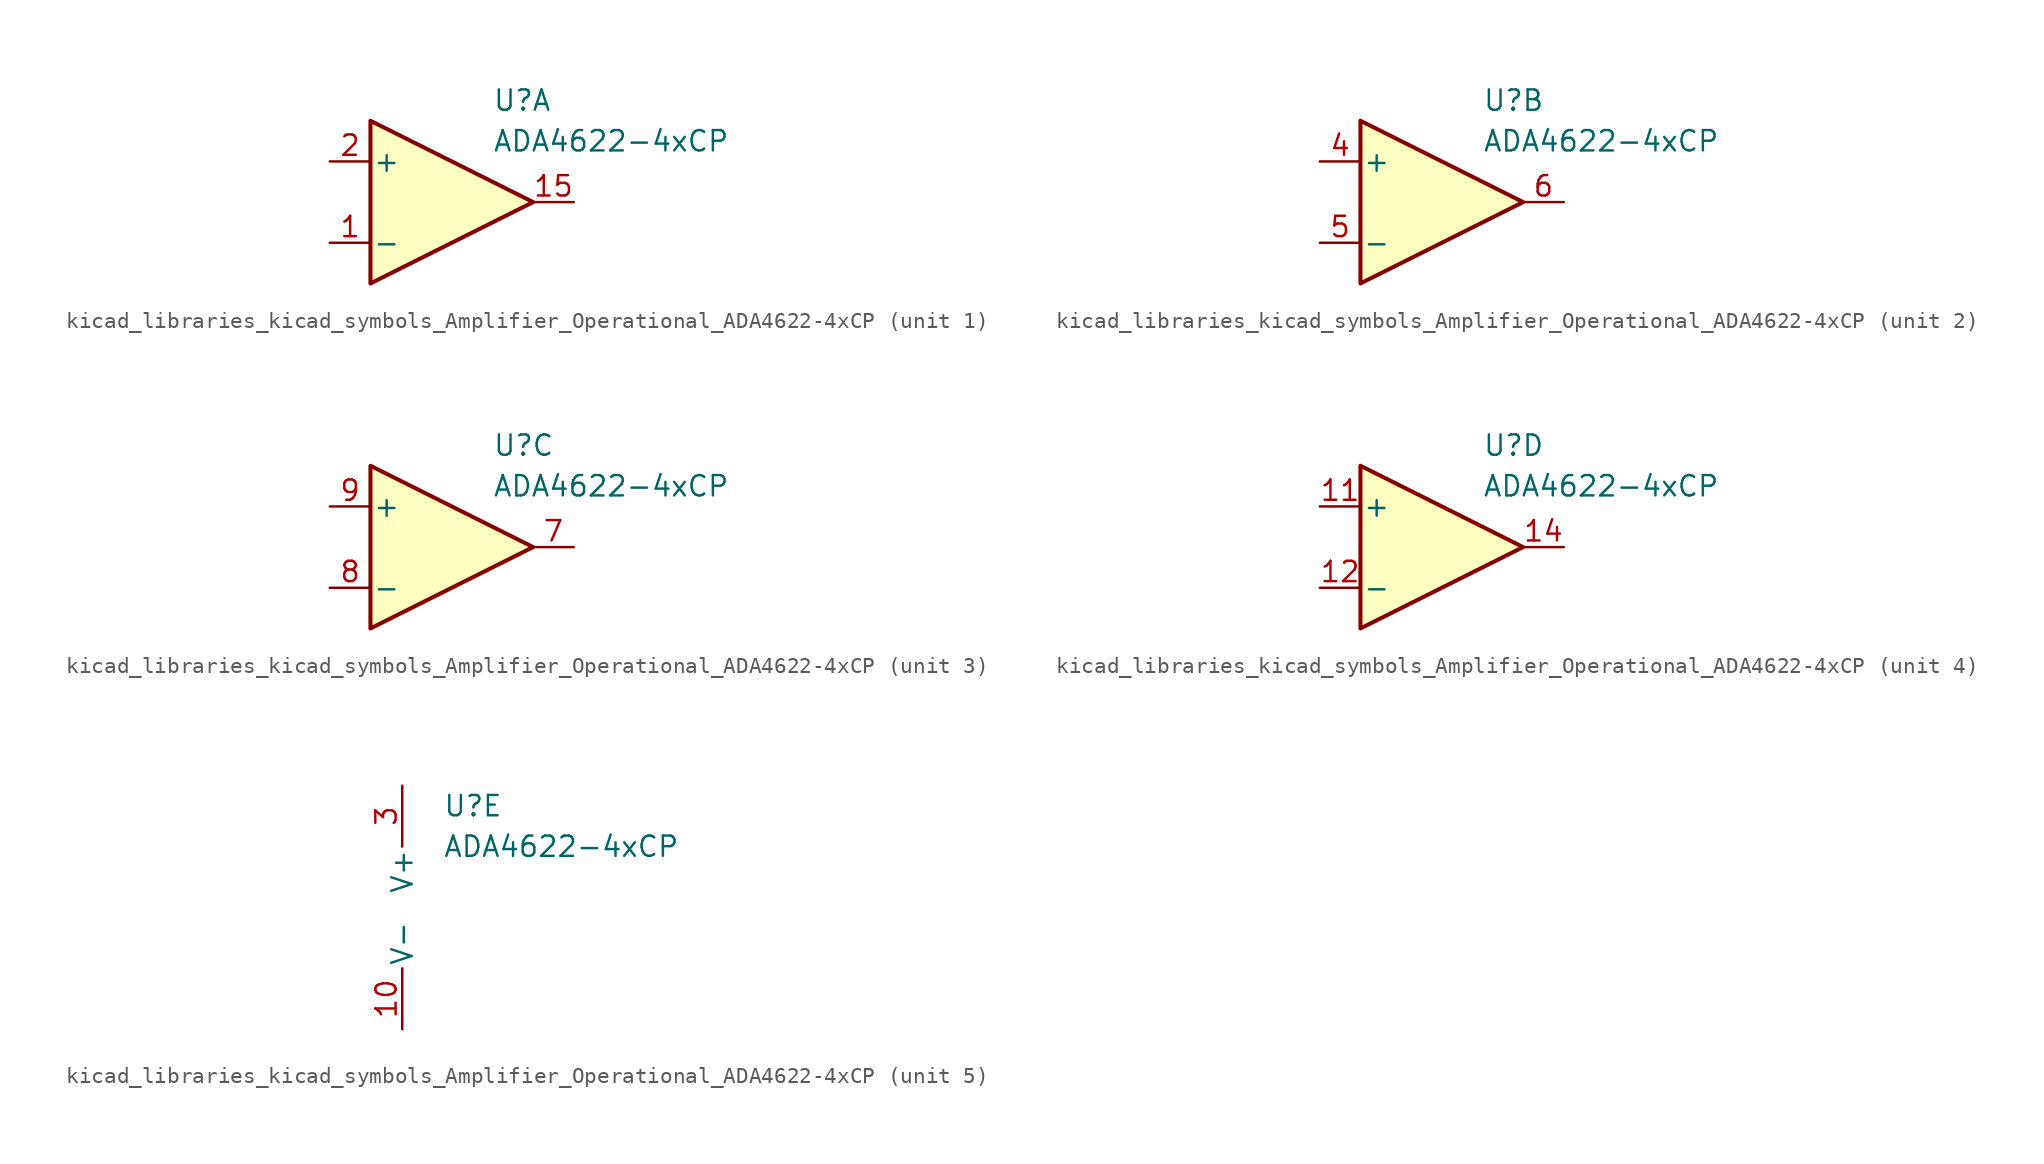
<source format=kicad_sym>
(kicad_symbol_lib
  (version 20220914)
  (generator kicad_symbol_editor)
  (symbol "kicad_libraries_kicad_symbols_Amplifier_Operational_ADA4622-4xCP"
    (pin_names
      (offset 0.127))
    (property "Reference" "U"
      (at 2.54 6.35 0)
      (effects (font (size 1.27 1.27)) (justify left)))
    (property "Value" "ADA4622-4xCP"
      (at 2.54 3.81 0)
      (effects (font (size 1.27 1.27)) (justify left)))
    (property "ki_locked" ""
      (at 0 0 0)
      (effects (font (size 1.27 1.27))))
    (symbol "kicad_libraries_kicad_symbols_Amplifier_Operational_ADA4622-4xCP_1_1"
      (polyline (pts (xy 5.08 0) (xy -5.08 5.08) (xy -5.08 -5.08) (xy 5.08 0)) (stroke (width 0.254) (type default)) (fill (type background)))
      (pin input line (at -7.62 -2.54 0) (length 2.54) (name "-" (effects (font (size 1.27 1.27)))) (number "1" (effects (font (size 1.27 1.27)))))
      (pin output line (at 7.62 0 180) (length 2.54) (name "~" (effects (font (size 1.27 1.27)))) (number "15" (effects (font (size 1.27 1.27)))))
      (pin input line (at -7.62 2.54 0) (length 2.54) (name "+" (effects (font (size 1.27 1.27)))) (number "2" (effects (font (size 1.27 1.27))))))
    (symbol "kicad_libraries_kicad_symbols_Amplifier_Operational_ADA4622-4xCP_2_1"
      (polyline (pts (xy -5.08 5.08) (xy -5.08 -5.08) (xy 5.08 0) (xy -5.08 5.08)) (stroke (width 0.254) (type default)) (fill (type background)))
      (pin input line (at -7.62 2.54 0) (length 2.54) (name "+" (effects (font (size 1.27 1.27)))) (number "4" (effects (font (size 1.27 1.27)))))
      (pin input line (at -7.62 -2.54 0) (length 2.54) (name "-" (effects (font (size 1.27 1.27)))) (number "5" (effects (font (size 1.27 1.27)))))
      (pin output line (at 7.62 0 180) (length 2.54) (name "~" (effects (font (size 1.27 1.27)))) (number "6" (effects (font (size 1.27 1.27))))))
    (symbol "kicad_libraries_kicad_symbols_Amplifier_Operational_ADA4622-4xCP_3_1"
      (polyline (pts (xy 5.08 0) (xy -5.08 5.08) (xy -5.08 -5.08) (xy 5.08 0)) (stroke (width 0.254) (type default)) (fill (type background)))
      (pin output line (at 7.62 0 180) (length 2.54) (name "~" (effects (font (size 1.27 1.27)))) (number "7" (effects (font (size 1.27 1.27)))))
      (pin input line (at -7.62 -2.54 0) (length 2.54) (name "-" (effects (font (size 1.27 1.27)))) (number "8" (effects (font (size 1.27 1.27)))))
      (pin input line (at -7.62 2.54 0) (length 2.54) (name "+" (effects (font (size 1.27 1.27)))) (number "9" (effects (font (size 1.27 1.27))))))
    (symbol "kicad_libraries_kicad_symbols_Amplifier_Operational_ADA4622-4xCP_4_1"
      (polyline (pts (xy -5.08 5.08) (xy 5.08 0) (xy -5.08 -5.08) (xy -5.08 5.08)) (stroke (width 0.254) (type default)) (fill (type background)))
      (pin input line (at -7.62 2.54 0) (length 2.54) (name "+" (effects (font (size 1.27 1.27)))) (number "11" (effects (font (size 1.27 1.27)))))
      (pin input line (at -7.62 -2.54 0) (length 2.54) (name "-" (effects (font (size 1.27 1.27)))) (number "12" (effects (font (size 1.27 1.27)))))
      (pin output line (at 7.62 0 180) (length 2.54) (name "~" (effects (font (size 1.27 1.27)))) (number "14" (effects (font (size 1.27 1.27))))))
    (symbol "kicad_libraries_kicad_symbols_Amplifier_Operational_ADA4622-4xCP_5_1"
      (pin power_in line (at 0 -7.62 90) (length 3.81) (name "V-" (effects (font (size 1.27 1.27)))) (number "10" (effects (font (size 1.27 1.27)))))
      (pin free line (at 2.54 0 180) (length 3.81) hide (name "NIC" (effects (font (size 1.27 1.27)))) (number "13" (effects (font (size 1.27 1.27)))))
      (pin free line (at 2.54 2.54 180) (length 3.81) hide (name "NIC" (effects (font (size 1.27 1.27)))) (number "16" (effects (font (size 1.27 1.27)))))
      (pin passive line (at 0 7.62 270) (length 3.81) hide (name "V+" (effects (font (size 1.27 1.27)))) (number "17" (effects (font (size 1.27 1.27)))))
      (pin power_in line (at 0 7.62 270) (length 3.81) (name "V+" (effects (font (size 1.27 1.27)))) (number "3" (effects (font (size 1.27 1.27))))))))
</source>
